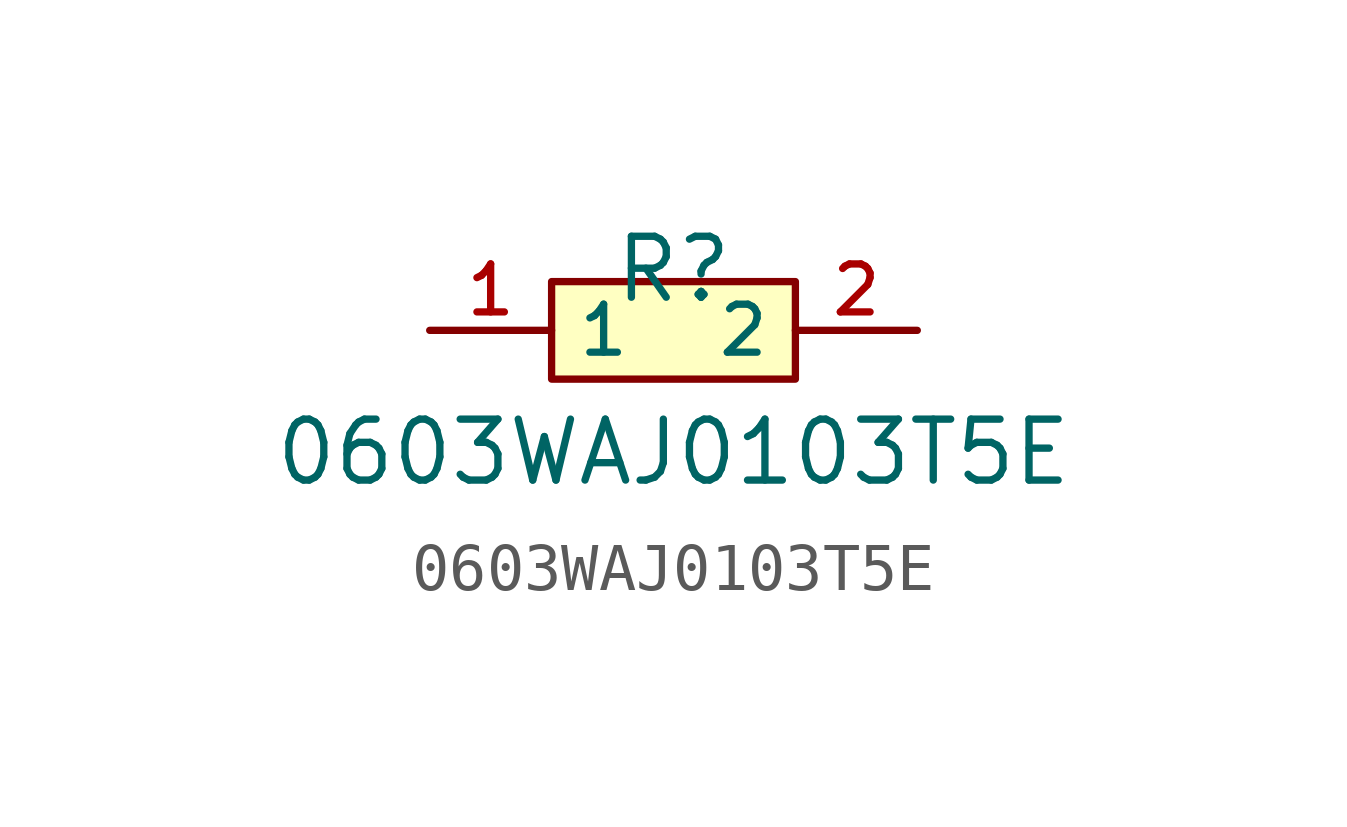
<source format=kicad_sym>
(kicad_symbol_lib
  (version 20210201)
  (generator TousstNicolas/JLC2KiCad_lib)
  (symbol "0603WAJ0103T5E"
    (property "Reference" "R"
      (at 0 1.27 0)
      (effects (font (size 1.27 1.27))))
    (property "Value" "0603WAJ0103T5E"
      (at 0 -2.54 0)
      (effects (font (size 1.27 1.27))))
    (symbol "0603WAJ0103T5E_0_1"
      (pin input line (at 5.08 -0.0 180) (length 2.54) (name "2" (effects (font (size 1 1)))) (number "2" (effects (font (size 1 1)))))
      (pin input line (at -5.08 -0.0 0) (length 2.54) (name "1" (effects (font (size 1 1)))) (number "1" (effects (font (size 1 1)))))
      (rectangle (start -2.54 1.016) (end 2.54 -1.016) (stroke (width 0) (type default) (color 0 0 0 0)) (fill (type background))))))
</source>
